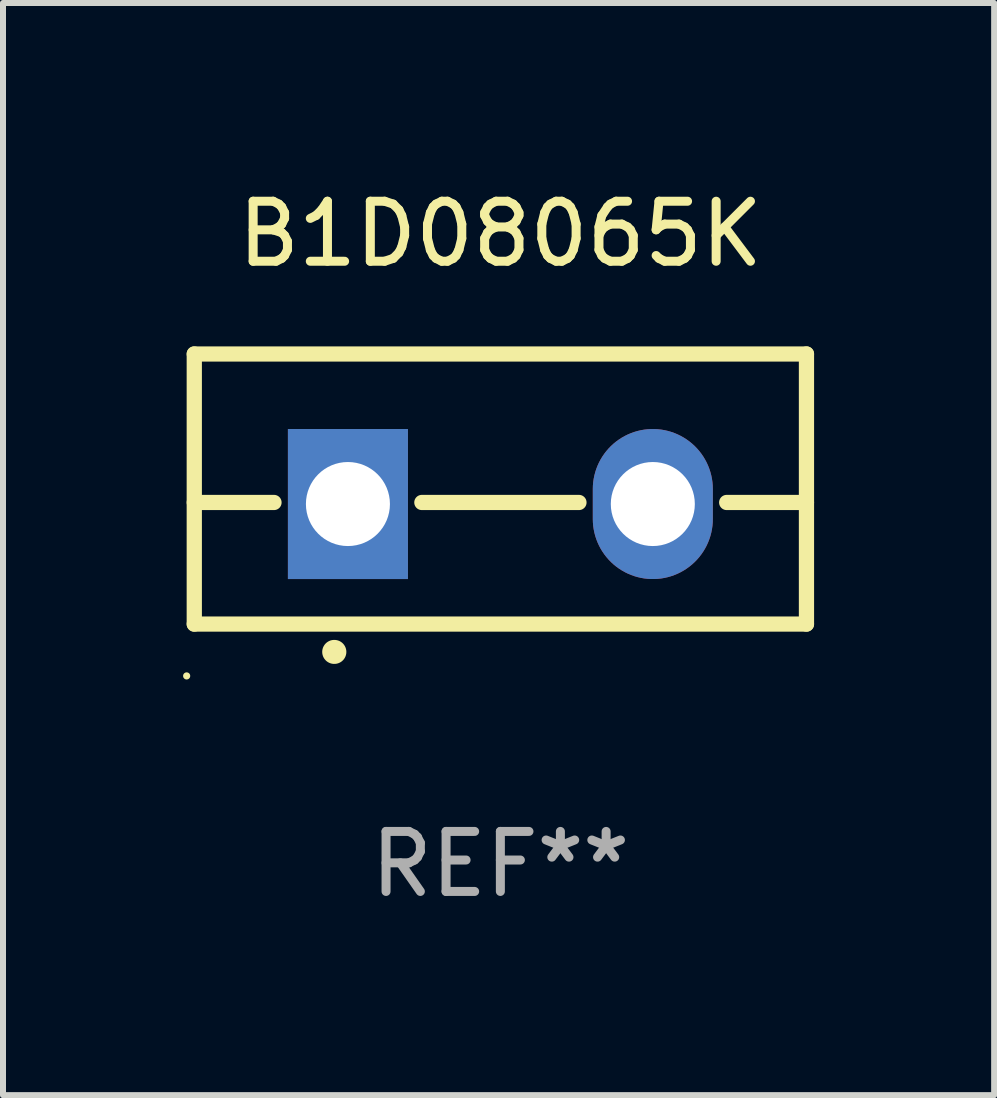
<source format=kicad_pcb>
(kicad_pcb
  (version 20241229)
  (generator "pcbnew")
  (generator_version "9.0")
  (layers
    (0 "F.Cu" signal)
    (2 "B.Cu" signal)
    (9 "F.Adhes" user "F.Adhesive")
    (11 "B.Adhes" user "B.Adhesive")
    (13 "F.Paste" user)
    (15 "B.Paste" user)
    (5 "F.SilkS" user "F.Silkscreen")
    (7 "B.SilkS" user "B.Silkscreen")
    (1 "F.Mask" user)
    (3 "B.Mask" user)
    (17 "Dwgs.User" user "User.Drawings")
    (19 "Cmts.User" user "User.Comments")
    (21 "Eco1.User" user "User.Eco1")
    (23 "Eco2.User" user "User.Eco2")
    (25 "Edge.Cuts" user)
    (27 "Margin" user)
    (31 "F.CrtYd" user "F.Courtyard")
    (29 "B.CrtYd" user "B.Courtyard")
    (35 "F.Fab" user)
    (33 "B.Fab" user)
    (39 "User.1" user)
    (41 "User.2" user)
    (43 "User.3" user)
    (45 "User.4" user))
  (footprint "B1D08065K"
    (layer "F.Cu")
    (at 5.287 5.098)
    (property "Reference" "B1D08065K" (at 0 -4.25 0) (layer "F.SilkS") (effects (font (size 1 1) (thickness 0.15))))
    (attr through_hole)
    (fp_line (start -5.1 -2.25) (end -5.1 2.25) (stroke (width 0.254) (type solid)) (layer "F.SilkS"))
    (fp_line (start -5.1 0.224) (end -3.772 0.224) (stroke (width 0.254) (type solid)) (layer "F.SilkS"))
    (fp_line (start -5.1 2.25) (end 5.1 2.25) (stroke (width 0.254) (type solid)) (layer "F.SilkS"))
    (fp_line (start -1.308 0.224) (end 1.309 0.224) (stroke (width 0.254) (type solid)) (layer "F.SilkS"))
    (fp_line (start 3.771 0.224) (end 5.1 0.224) (stroke (width 0.254) (type solid)) (layer "F.SilkS"))
    (fp_line (start 5.1 -2.25) (end -5.1 -2.25) (stroke (width 0.254) (type solid)) (layer "F.SilkS"))
    (fp_line (start 5.1 -2.25) (end 5.1 2.25) (stroke (width 0.254) (type solid)) (layer "F.SilkS"))
    (fp_arc (start -2.768606 2.713805) (mid -2.767336 2.713801) (end -2.766066 2.713805) (stroke (width 0.4) (type solid)) (layer "F.SilkS"))
    (fp_circle (center -5.227 3.114) (end -5.197 3.114) (stroke (width 0.06) (type solid)) (fill no) (layer "F.SilkS"))
    (fp_text user "REF**" (at 0 6.25 0) (layer "F.Fab") (effects (font (size 1 1) (thickness 0.15))))
    (pad "1" thru_hole rect (at -2.54 0.25) (size 2 2.5) (drill 1.4) (layers "*.Cu" "*.Mask"))
    (pad "3" thru_hole oval (at 2.54 0.25) (size 2 2.5) (drill 1.4) (layers "*.Cu" "*.Mask")))
  (gr_rect
    (start -3 -3)
    (end 13.514 15.197)
    (stroke (width 0.1) (type default))
    (fill no)
    (layer "Edge.Cuts")))
</source>
